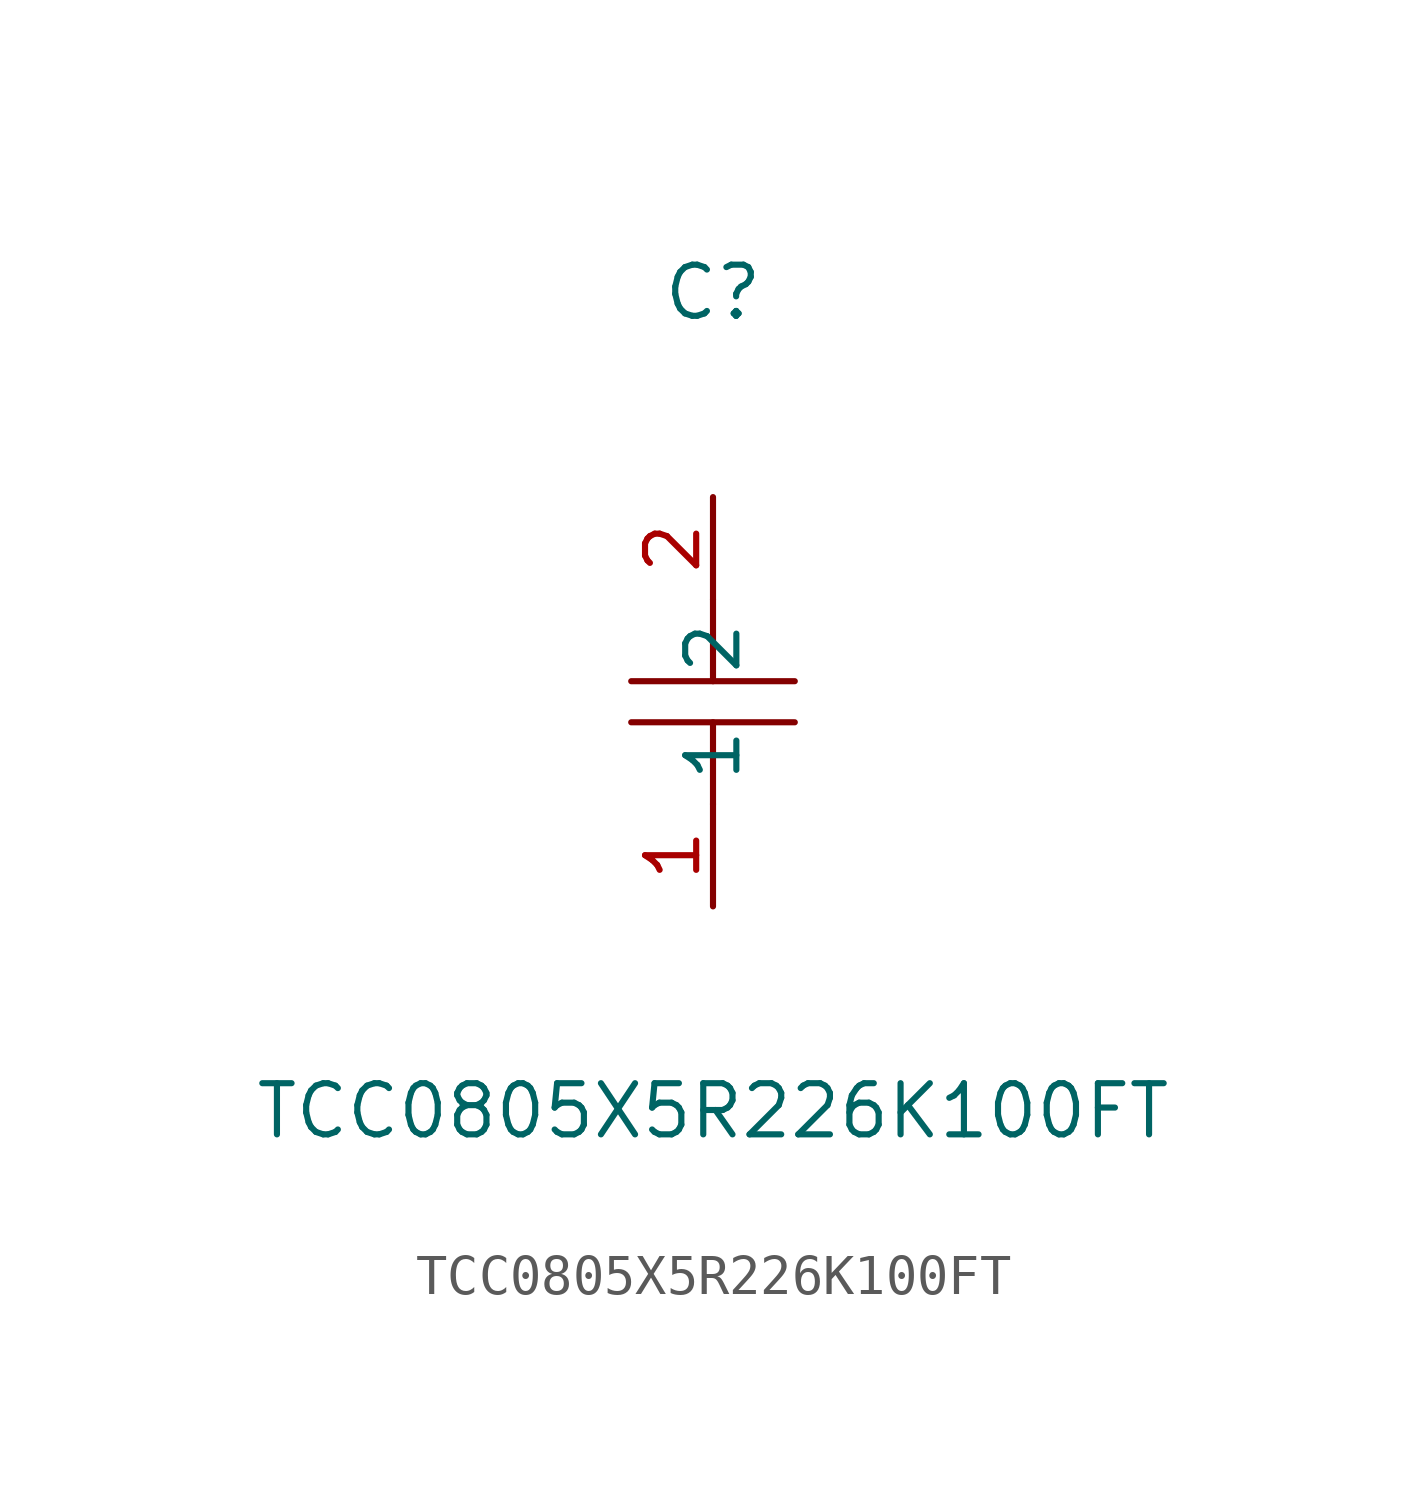
<source format=kicad_sym>
(kicad_symbol_lib
  (version 1)
  (generator "faebryk")
  (symbol "TCC0805X5R226K100FT"
    (property "Reference" "C"
      (at 0 10.16 0)
      (effects (font (size 1.27 1.27)) (hide no)))
    (property "Value" "TCC0805X5R226K100FT"
      (at 0 -10.16 0)
      (effects (font (size 1.27 1.27)) (hide no)))
    (symbol "TCC0805X5R226K100FT_0_1"
      (polyline (stroke (width 0) (type default) (color 0 0 0 0)) (fill (type none)) (pts (xy 2.03 -0.51) (xy -2.03 -0.51)))
      (polyline (stroke (width 0) (type default) (color 0 0 0 0)) (fill (type none)) (pts (xy 0 2.54) (xy 0 0.51)))
      (polyline (stroke (width 0) (type default) (color 0 0 0 0)) (fill (type none)) (pts (xy -2.03 0.51) (xy 2.03 0.51)))
      (polyline (stroke (width 0) (type default) (color 0 0 0 0)) (fill (type none)) (pts (xy 0 -0.51) (xy 0 -2.54)))
      (pin unspecified line (at 0 -5.08 90) (length 2.54) (name "1" (effects (font (size 1.27 1.27)) (hide no))) (number "1" (effects (font (size 1.27 1.27)) (hide no))))
      (pin unspecified line (at 0 5.08 270) (length 2.54) (name "2" (effects (font (size 1.27 1.27)) (hide no))) (number "2" (effects (font (size 1.27 1.27)) (hide no)))))))
</source>
